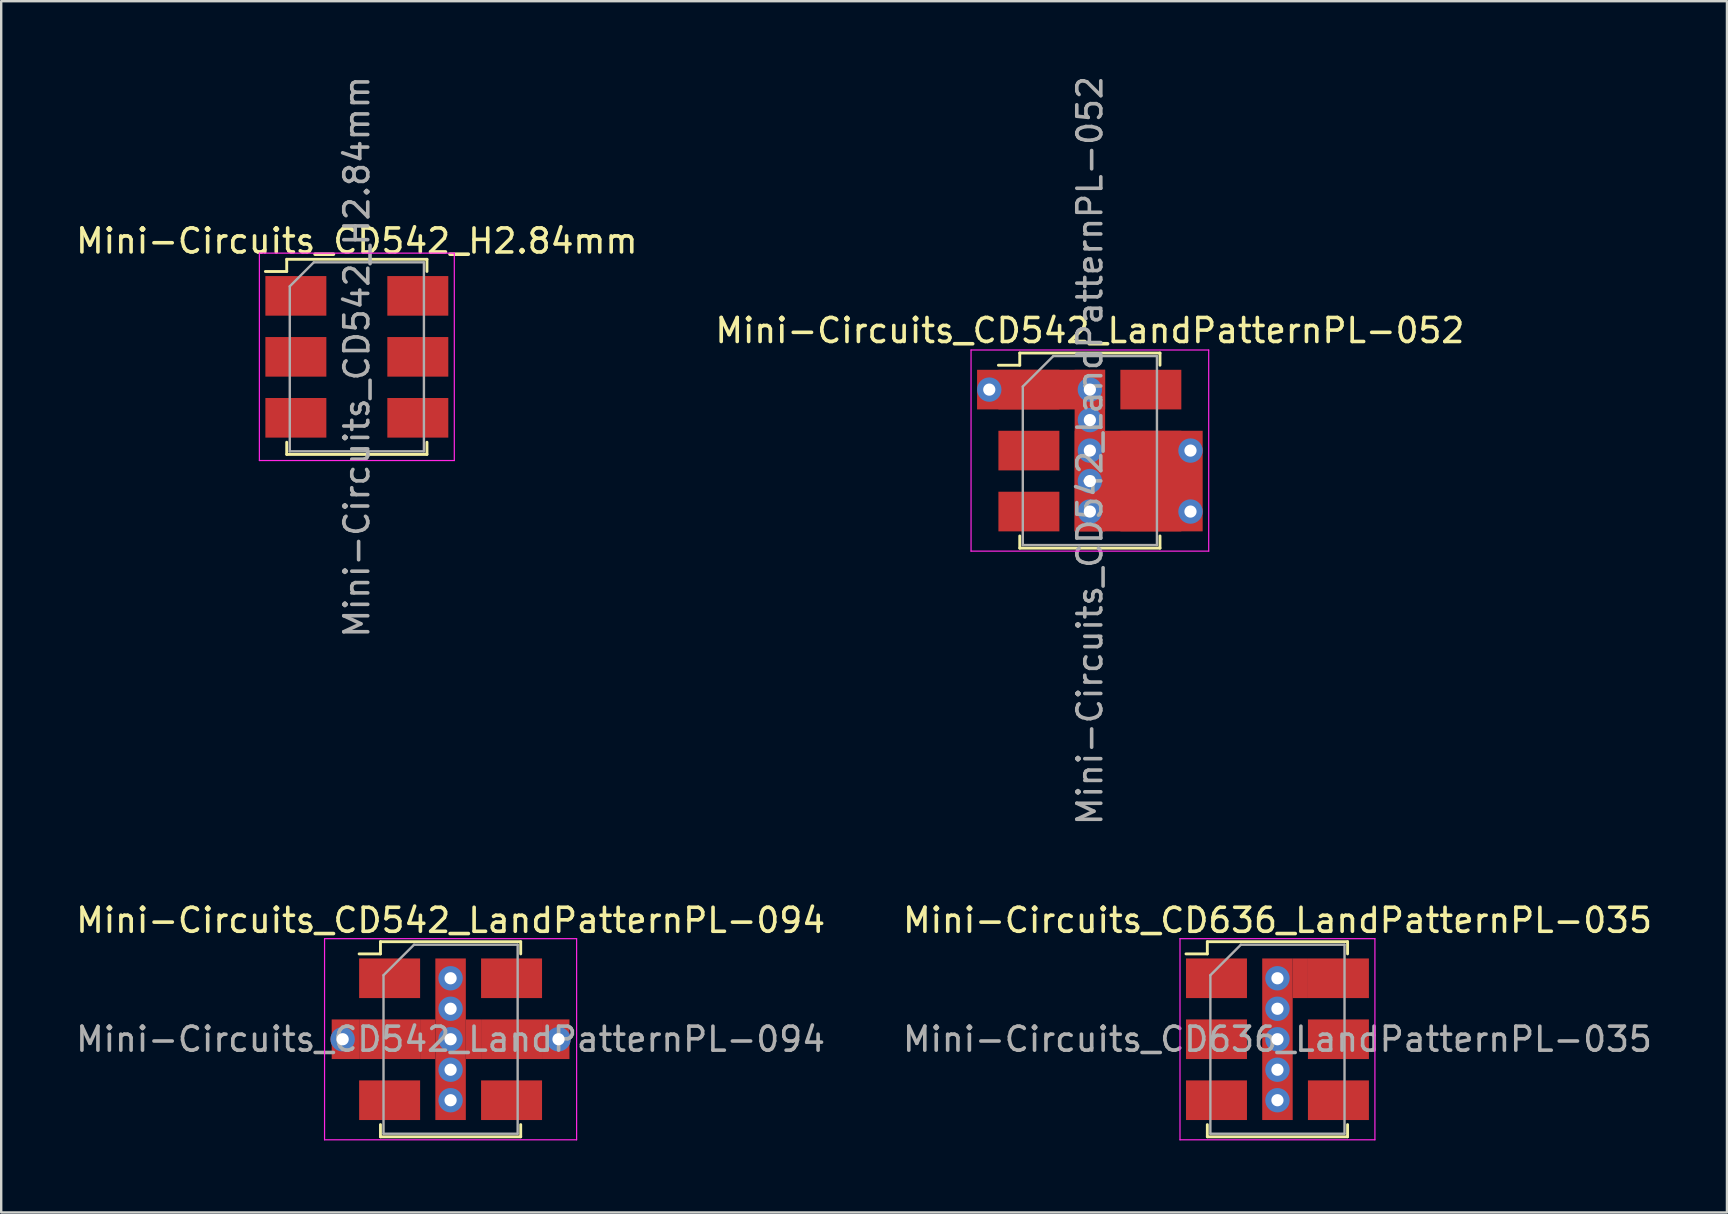
<source format=kicad_pcb>
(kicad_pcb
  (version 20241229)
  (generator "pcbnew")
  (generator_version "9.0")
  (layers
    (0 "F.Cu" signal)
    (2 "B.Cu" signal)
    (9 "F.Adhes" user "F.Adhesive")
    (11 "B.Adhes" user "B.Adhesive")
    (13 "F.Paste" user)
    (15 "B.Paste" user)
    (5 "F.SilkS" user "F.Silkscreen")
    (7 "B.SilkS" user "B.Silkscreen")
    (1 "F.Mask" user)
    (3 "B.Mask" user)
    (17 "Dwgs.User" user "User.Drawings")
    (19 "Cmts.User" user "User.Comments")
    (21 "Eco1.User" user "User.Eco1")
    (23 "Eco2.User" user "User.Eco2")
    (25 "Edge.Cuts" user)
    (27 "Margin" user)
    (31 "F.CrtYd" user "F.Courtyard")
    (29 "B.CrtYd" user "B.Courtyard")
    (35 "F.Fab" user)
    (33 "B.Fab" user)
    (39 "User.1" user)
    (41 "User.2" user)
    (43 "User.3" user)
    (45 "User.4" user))
  (footprint "Mini-Circuits_CD542_LandPatternPL-094"
    (layer "F.Cu")
    (at 15.72 40.242)
    (property "Reference" "Mini-Circuits_CD542_LandPatternPL-094" (at 0.004 -4.953 0) (layer "F.SilkS") (effects (font (size 1 1) (thickness 0.15))))
    (attr smd)
    (fp_line (start -2.921 -4.064) (end -2.921 -3.556) (stroke (width 0.12) (type solid)) (layer "F.SilkS"))
    (fp_line (start -2.921 -3.556) (end -3.81 -3.556) (stroke (width 0.12) (type solid)) (layer "F.SilkS"))
    (fp_line (start -2.921 3.556) (end -2.921 4.064) (stroke (width 0.12) (type solid)) (layer "F.SilkS"))
    (fp_line (start -2.921 4.064) (end 2.921 4.064) (stroke (width 0.12) (type solid)) (layer "F.SilkS"))
    (fp_line (start 2.921 -4.064) (end -2.921 -4.064) (stroke (width 0.12) (type solid)) (layer "F.SilkS"))
    (fp_line (start 2.921 -3.556) (end 2.921 -4.064) (stroke (width 0.12) (type solid)) (layer "F.SilkS"))
    (fp_line (start 2.921 4.064) (end 2.921 3.556) (stroke (width 0.12) (type solid)) (layer "F.SilkS"))
    (fp_line (start -5.25 -4.19) (end -5.25 4.19) (stroke (width 0.05) (type solid)) (layer "F.CrtYd"))
    (fp_line (start -5.25 -4.19) (end 5.25 -4.19) (stroke (width 0.05) (type solid)) (layer "F.CrtYd"))
    (fp_line (start 5.25 4.19) (end -5.25 4.19) (stroke (width 0.05) (type solid)) (layer "F.CrtYd"))
    (fp_line (start 5.25 4.19) (end 5.25 -4.19) (stroke (width 0.05) (type solid)) (layer "F.CrtYd"))
    (fp_line (start -2.794 -2.667) (end -2.794 3.937) (stroke (width 0.1) (type solid)) (layer "F.Fab"))
    (fp_line (start -2.794 -2.667) (end -1.524 -3.937) (stroke (width 0.1) (type solid)) (layer "F.Fab"))
    (fp_line (start -2.794 3.937) (end 2.794 3.937) (stroke (width 0.1) (type solid)) (layer "F.Fab"))
    (fp_line (start 2.794 -3.937) (end -1.524 -3.937) (stroke (width 0.1) (type solid)) (layer "F.Fab"))
    (fp_line (start 2.794 -3.937) (end 2.794 3.937) (stroke (width 0.1) (type solid)) (layer "F.Fab"))
    (fp_text user "${REFERENCE}" (at 0 0 0) (layer "F.Fab") (effects (font (size 1 1) (thickness 0.15))))
    (pad "1" smd rect (at -2.54 -2.54 270) (size 1.651 2.54) (layers "F.Cu" "F.Mask" "F.Paste"))
    (pad "2" thru_hole circle (at -4.496 0 270) (size 1.016 1.016) (drill 0.508) (layers "*.Cu"))
    (pad "2" smd rect (at -4.381 0 270) (size 1.651 1.143) (layers "F.Cu"))
    (pad "2" smd rect (at -2.54 0 270) (size 1.651 2.54) (layers "F.Cu" "F.Mask" "F.Paste"))
    (pad "2" smd rect (at -0.953 0 270) (size 1.651 0.635) (layers "F.Cu"))
    (pad "2" thru_hole circle (at 0 -2.54 270) (size 1.016 1.016) (drill 0.508) (layers "*.Cu"))
    (pad "2" thru_hole circle (at 0 -1.27 270) (size 1.016 1.016) (drill 0.508) (layers "*.Cu"))
    (pad "2" thru_hole circle (at 0 0 270) (size 1.016 1.016) (drill 0.508) (layers "*.Cu"))
    (pad "2" smd rect (at 0 0 270) (size 6.731 1.27) (layers "F.Cu"))
    (pad "2" thru_hole circle (at 0 1.27 270) (size 1.016 1.016) (drill 0.508) (layers "*.Cu"))
    (pad "2" thru_hole circle (at 0 2.54 270) (size 1.016 1.016) (drill 0.508) (layers "*.Cu"))
    (pad "3" smd rect (at -2.54 2.54 270) (size 1.651 2.54) (layers "F.Cu" "F.Mask" "F.Paste"))
    (pad "4" smd rect (at 2.54 2.54 270) (size 1.651 2.54) (layers "F.Cu" "F.Mask" "F.Paste"))
    (pad "5" smd rect (at 0.953 0 270) (size 1.651 0.635) (layers "F.Cu"))
    (pad "5" smd rect (at 2.54 0 270) (size 1.651 2.54) (layers "F.Cu" "F.Mask" "F.Paste"))
    (pad "5" smd rect (at 4.381 0 270) (size 1.651 1.143) (layers "F.Cu"))
    (pad "5" thru_hole circle (at 4.496 0 270) (size 1.016 1.016) (drill 0.508) (layers "*.Cu"))
    (pad "6" smd rect (at 2.54 -2.54 270) (size 1.651 2.54) (layers "F.Cu" "F.Mask" "F.Paste")))
  (footprint "Mini-Circuits_CD542_H2.84mm"
    (layer "F.Cu")
    (at 11.815 11.815)
    (property "Reference" "Mini-Circuits_CD542_H2.84mm" (at 0 -4.826 0) (layer "F.SilkS") (effects (font (size 1 1) (thickness 0.15))))
    (attr smd)
    (fp_line (start -2.921 -4.064) (end -2.921 -3.556) (stroke (width 0.12) (type solid)) (layer "F.SilkS"))
    (fp_line (start -2.921 -3.556) (end -3.81 -3.556) (stroke (width 0.12) (type solid)) (layer "F.SilkS"))
    (fp_line (start -2.921 3.556) (end -2.921 4.064) (stroke (width 0.12) (type solid)) (layer "F.SilkS"))
    (fp_line (start -2.921 4.064) (end 2.921 4.064) (stroke (width 0.12) (type solid)) (layer "F.SilkS"))
    (fp_line (start 2.921 -4.064) (end -2.921 -4.064) (stroke (width 0.12) (type solid)) (layer "F.SilkS"))
    (fp_line (start 2.921 -3.556) (end 2.921 -4.064) (stroke (width 0.12) (type solid)) (layer "F.SilkS"))
    (fp_line (start 2.921 4.064) (end 2.921 3.556) (stroke (width 0.12) (type solid)) (layer "F.SilkS"))
    (fp_line (start -4.06 4.32) (end -4.06 -4.32) (stroke (width 0.05) (type solid)) (layer "F.CrtYd"))
    (fp_line (start 4.06 -4.32) (end -4.06 -4.32) (stroke (width 0.05) (type solid)) (layer "F.CrtYd"))
    (fp_line (start 4.06 4.32) (end -4.06 4.32) (stroke (width 0.05) (type solid)) (layer "F.CrtYd"))
    (fp_line (start 4.06 4.32) (end 4.06 -4.32) (stroke (width 0.05) (type solid)) (layer "F.CrtYd"))
    (fp_line (start -2.794 3.937) (end -2.794 -2.937) (stroke (width 0.1) (type solid)) (layer "F.Fab"))
    (fp_line (start -1.794 -3.937) (end -2.794 -2.937) (stroke (width 0.1) (type solid)) (layer "F.Fab"))
    (fp_line (start -1.794 -3.937) (end 2.794 -3.937) (stroke (width 0.1) (type solid)) (layer "F.Fab"))
    (fp_line (start 2.794 -3.937) (end 2.794 3.937) (stroke (width 0.1) (type solid)) (layer "F.Fab"))
    (fp_line (start 2.794 3.937) (end -2.794 3.937) (stroke (width 0.1) (type solid)) (layer "F.Fab"))
    (fp_text user "${REFERENCE}" (at 0 0 90) (layer "F.Fab") (effects (font (size 1 1) (thickness 0.15))))
    (pad "1" smd rect (at -2.54 -2.54) (size 2.54 1.65) (layers "F.Cu" "F.Mask" "F.Paste"))
    (pad "2" smd rect (at -2.54 0) (size 2.54 1.65) (layers "F.Cu" "F.Mask" "F.Paste"))
    (pad "3" smd rect (at -2.54 2.54) (size 2.54 1.65) (layers "F.Cu" "F.Mask" "F.Paste"))
    (pad "4" smd rect (at 2.54 2.54) (size 2.54 1.65) (layers "F.Cu" "F.Mask" "F.Paste"))
    (pad "5" smd rect (at 2.54 0) (size 2.54 1.65) (layers "F.Cu" "F.Mask" "F.Paste"))
    (pad "6" smd rect (at 2.54 -2.54) (size 2.54 1.65) (layers "F.Cu" "F.Mask" "F.Paste")))
  (footprint "Mini-Circuits_CD636_LandPatternPL-035"
    (layer "F.Cu")
    (at 50.165 40.242)
    (property "Reference" "Mini-Circuits_CD636_LandPatternPL-035" (at 0.004 -4.953 0) (layer "F.SilkS") (effects (font (size 1 1) (thickness 0.15))))
    (attr smd)
    (fp_line (start -2.921 -4.064) (end -2.921 -3.556) (stroke (width 0.12) (type solid)) (layer "F.SilkS"))
    (fp_line (start -2.921 -3.556) (end -3.81 -3.556) (stroke (width 0.12) (type solid)) (layer "F.SilkS"))
    (fp_line (start -2.921 3.556) (end -2.921 4.064) (stroke (width 0.12) (type solid)) (layer "F.SilkS"))
    (fp_line (start -2.921 4.064) (end 2.921 4.064) (stroke (width 0.12) (type solid)) (layer "F.SilkS"))
    (fp_line (start 2.921 -4.064) (end -2.921 -4.064) (stroke (width 0.12) (type solid)) (layer "F.SilkS"))
    (fp_line (start 2.921 -3.556) (end 2.921 -4.064) (stroke (width 0.12) (type solid)) (layer "F.SilkS"))
    (fp_line (start 2.921 4.064) (end 2.921 3.556) (stroke (width 0.12) (type solid)) (layer "F.SilkS"))
    (fp_line (start -4.06 -4.19) (end -4.06 4.19) (stroke (width 0.05) (type solid)) (layer "F.CrtYd"))
    (fp_line (start -4.06 -4.19) (end 4.06 -4.19) (stroke (width 0.05) (type solid)) (layer "F.CrtYd"))
    (fp_line (start 4.06 4.19) (end -4.06 4.19) (stroke (width 0.05) (type solid)) (layer "F.CrtYd"))
    (fp_line (start 4.06 4.19) (end 4.06 -4.19) (stroke (width 0.05) (type solid)) (layer "F.CrtYd"))
    (fp_line (start -2.794 -2.667) (end -2.794 3.937) (stroke (width 0.1) (type solid)) (layer "F.Fab"))
    (fp_line (start -2.794 3.937) (end 2.794 3.937) (stroke (width 0.1) (type solid)) (layer "F.Fab"))
    (fp_line (start -1.524 -3.937) (end -2.794 -2.667) (stroke (width 0.1) (type solid)) (layer "F.Fab"))
    (fp_line (start 2.794 -3.937) (end -1.524 -3.937) (stroke (width 0.1) (type solid)) (layer "F.Fab"))
    (fp_line (start 2.794 -3.937) (end 2.794 3.937) (stroke (width 0.1) (type solid)) (layer "F.Fab"))
    (fp_text user "${REFERENCE}" (at 0 0 0) (layer "F.Fab") (effects (font (size 1 1) (thickness 0.15))))
    (pad "1" smd rect (at -2.54 -2.54 270) (size 1.651 2.54) (layers "F.Cu" "F.Mask" "F.Paste"))
    (pad "2" smd rect (at -2.54 0 270) (size 1.651 2.54) (layers "F.Cu" "F.Mask" "F.Paste"))
    (pad "3" smd rect (at -2.54 2.54 270) (size 1.651 2.54) (layers "F.Cu" "F.Mask" "F.Paste"))
    (pad "4" smd rect (at 2.54 2.54 270) (size 1.651 2.54) (layers "F.Cu" "F.Mask" "F.Paste"))
    (pad "5" smd rect (at 2.54 0 270) (size 1.651 2.54) (layers "F.Cu" "F.Mask" "F.Paste"))
    (pad "6" thru_hole circle (at 0 -2.54 270) (size 1.016 1.016) (drill 0.508) (layers "*.Cu"))
    (pad "6" thru_hole circle (at 0 -1.27 270) (size 1.016 1.016) (drill 0.508) (layers "*.Cu"))
    (pad "6" thru_hole circle (at 0 0 270) (size 1.016 1.016) (drill 0.508) (layers "*.Cu"))
    (pad "6" smd rect (at 0 0 270) (size 6.731 1.27) (layers "F.Cu"))
    (pad "6" thru_hole circle (at 0 1.27 270) (size 1.016 1.016) (drill 0.508) (layers "*.Cu"))
    (pad "6" thru_hole circle (at 0 2.54 270) (size 1.016 1.016) (drill 0.508) (layers "*.Cu"))
    (pad "6" smd rect (at 0.953 -2.54 270) (size 1.651 0.635) (layers "F.Cu"))
    (pad "6" smd rect (at 2.54 -2.54 270) (size 1.651 2.54) (layers "F.Cu" "F.Mask" "F.Paste")))
  (footprint "Mini-Circuits_CD542_LandPatternPL-052"
    (layer "F.Cu")
    (at 42.351 15.72)
    (property "Reference" "Mini-Circuits_CD542_LandPatternPL-052" (at 0 -5 0) (layer "F.SilkS") (effects (font (size 1 1) (thickness 0.15))))
    (attr smd)
    (fp_line (start -2.921 -4.064) (end -2.921 -3.556) (stroke (width 0.12) (type solid)) (layer "F.SilkS"))
    (fp_line (start -2.921 -3.556) (end -3.81 -3.556) (stroke (width 0.12) (type solid)) (layer "F.SilkS"))
    (fp_line (start -2.921 3.556) (end -2.921 4.064) (stroke (width 0.12) (type solid)) (layer "F.SilkS"))
    (fp_line (start -2.921 4.064) (end 2.921 4.064) (stroke (width 0.12) (type solid)) (layer "F.SilkS"))
    (fp_line (start 2.921 -4.064) (end -2.921 -4.064) (stroke (width 0.12) (type solid)) (layer "F.SilkS"))
    (fp_line (start 2.921 -3.556) (end 2.921 -4.064) (stroke (width 0.12) (type solid)) (layer "F.SilkS"))
    (fp_line (start 2.921 4.064) (end 2.921 3.556) (stroke (width 0.12) (type solid)) (layer "F.SilkS"))
    (fp_line (start -4.95 -4.19) (end -4.95 4.19) (stroke (width 0.05) (type solid)) (layer "F.CrtYd"))
    (fp_line (start -4.95 -4.19) (end 4.95 -4.19) (stroke (width 0.05) (type solid)) (layer "F.CrtYd"))
    (fp_line (start 4.95 4.19) (end -4.95 4.19) (stroke (width 0.05) (type solid)) (layer "F.CrtYd"))
    (fp_line (start 4.95 4.19) (end 4.95 -4.19) (stroke (width 0.05) (type solid)) (layer "F.CrtYd"))
    (fp_line (start -2.794 -2.667) (end -2.794 3.937) (stroke (width 0.1) (type solid)) (layer "F.Fab"))
    (fp_line (start -2.794 3.937) (end 2.794 3.937) (stroke (width 0.1) (type solid)) (layer "F.Fab"))
    (fp_line (start -1.524 -3.937) (end -2.794 -2.667) (stroke (width 0.1) (type solid)) (layer "F.Fab"))
    (fp_line (start 2.794 -3.937) (end -1.524 -3.937) (stroke (width 0.1) (type solid)) (layer "F.Fab"))
    (fp_line (start 2.794 3.937) (end 2.794 -3.937) (stroke (width 0.1) (type solid)) (layer "F.Fab"))
    (fp_text user "${REFERENCE}" (at 0 0 90) (layer "F.Fab") (effects (font (size 1 1) (thickness 0.15))))
    (pad "1" thru_hole circle (at -4.191 -2.54) (size 1.016 1.016) (drill 0.508) (layers "*.Cu"))
    (pad "1" smd rect (at -2.54 -2.54) (size 2.54 1.651) (layers "F.Cu" "F.Mask" "F.Paste"))
    (pad "1" smd rect (at -2.032 -2.54) (size 5.334 1.651) (layers "F.Cu"))
    (pad "1" thru_hole circle (at 0 -2.54) (size 1.016 1.016) (drill 0.508) (layers "*.Cu"))
    (pad "1" thru_hole circle (at 0 -1.27) (size 1.016 1.016) (drill 0.508) (layers "*.Cu"))
    (pad "1" thru_hole circle (at 0 0) (size 1.016 1.016) (drill 0.508) (layers "*.Cu"))
    (pad "1" smd rect (at 0 0) (size 1.27 6.731) (layers "F.Cu"))
    (pad "1" thru_hole circle (at 0 1.27) (size 1.016 1.016) (drill 0.508) (layers "*.Cu"))
    (pad "1" thru_hole circle (at 0 2.54) (size 1.016 1.016) (drill 0.508) (layers "*.Cu"))
    (pad "2" smd rect (at -2.54 0) (size 2.54 1.651) (layers "F.Cu" "F.Mask" "F.Paste"))
    (pad "3" smd rect (at -2.54 2.54) (size 2.54 1.651) (layers "F.Cu" "F.Mask" "F.Paste"))
    (pad "4" smd rect (at 2.032 1.27) (size 5.334 4.191) (layers "F.Cu"))
    (pad "4" smd rect (at 2.54 2.54) (size 2.54 1.651) (layers "F.Cu" "F.Mask" "F.Paste"))
    (pad "4" thru_hole circle (at 4.191 2.54) (size 1.016 1.016) (drill 0.508) (layers "*.Cu"))
    (pad "5" smd rect (at 2.54 0) (size 2.54 1.651) (layers "F.Cu" "F.Mask" "F.Paste"))
    (pad "5" thru_hole circle (at 4.191 0) (size 1.016 1.016) (drill 0.508) (layers "*.Cu"))
    (pad "6" smd rect (at 2.54 -2.54) (size 2.54 1.651) (layers "F.Cu" "F.Mask" "F.Paste")))
  (gr_rect
    (start -3 -3)
    (end 68.89 47.457)
    (stroke (width 0.1) (type default))
    (fill no)
    (layer "Edge.Cuts")))
</source>
